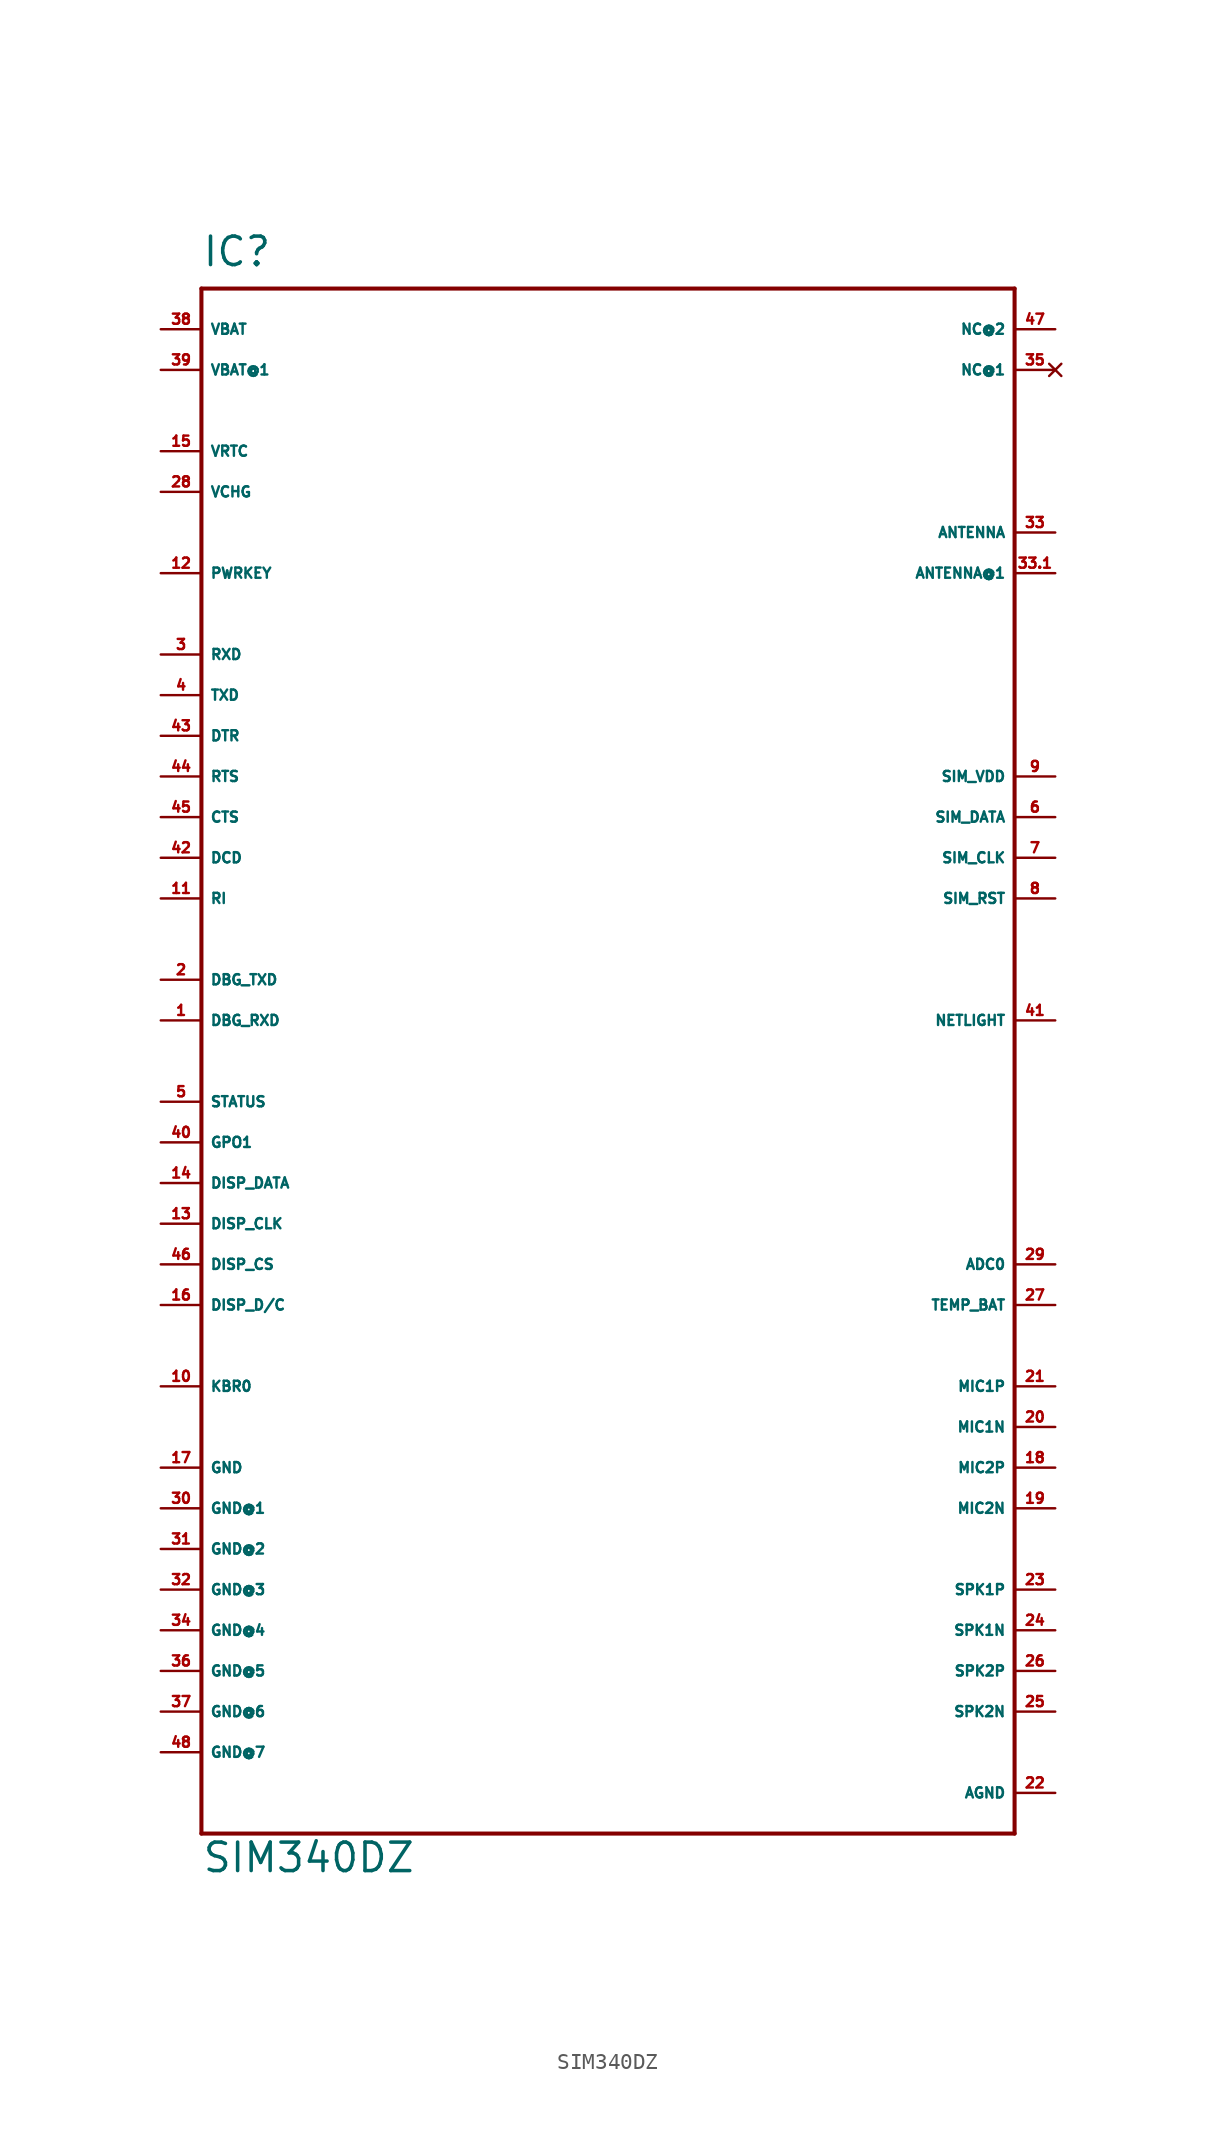
<source format=kicad_sym>
(kicad_symbol_lib
  (version 20220914)
  (generator Eagle2Kicad)
  (symbol "SIM340DZ"
    (property "Reference" "IC"
      (at -25.4 46.99 0)
      (effects (font (size 1.778 1.778) (thickness 0.22)) (justify left bottom)))
    (property "Value" "SIM340DZ"
      (at -25.4 -53.34 0)
      (effects (font (size 1.778 1.778) (thickness 0.22)) (justify left bottom)))
    (polyline
      (pts (xy -25.4 -50.8) (xy 25.4 -50.8))
      (stroke (width 0.254) (type default))
      (fill (type none)))
    (polyline
      (pts (xy 25.4 -50.8) (xy 25.4 45.72))
      (stroke (width 0.254) (type default))
      (fill (type none)))
    (polyline
      (pts (xy 25.4 45.72) (xy -25.4 45.72))
      (stroke (width 0.254) (type default))
      (fill (type none)))
    (polyline
      (pts (xy -25.4 45.72) (xy -25.4 -50.8))
      (stroke (width 0.254) (type default))
      (fill (type none)))
    (pin input line
      (at -27.94 0 0)
      (length 2.54)
      (name "DBG_RXD" (effects (font (size 0.635 0.635) (thickness 0.08)) (justify left bottom)))
      (number "1" (effects (font (size 0.635 0.635) (thickness 0.08)) (justify left bottom))))
    (pin output line
      (at -27.94 2.54 0)
      (length 2.54)
      (name "DBG_TXD" (effects (font (size 0.635 0.635) (thickness 0.08)) (justify left bottom)))
      (number "2" (effects (font (size 0.635 0.635) (thickness 0.08)) (justify left bottom))))
    (pin input line
      (at -27.94 22.86 0)
      (length 2.54)
      (name "RXD" (effects (font (size 0.635 0.635) (thickness 0.08)) (justify left bottom)))
      (number "3" (effects (font (size 0.635 0.635) (thickness 0.08)) (justify left bottom))))
    (pin output line
      (at -27.94 20.32 0)
      (length 2.54)
      (name "TXD" (effects (font (size 0.635 0.635) (thickness 0.08)) (justify left bottom)))
      (number "4" (effects (font (size 0.635 0.635) (thickness 0.08)) (justify left bottom))))
    (pin output line
      (at -27.94 -5.08 0)
      (length 2.54)
      (name "STATUS" (effects (font (size 0.635 0.635) (thickness 0.08)) (justify left bottom)))
      (number "5" (effects (font (size 0.635 0.635) (thickness 0.08)) (justify left bottom))))
    (pin bidirectional line
      (at 27.94 12.7 180)
      (length 2.54)
      (name "SIM_DATA" (effects (font (size 0.635 0.635) (thickness 0.08)) (justify left bottom)))
      (number "6" (effects (font (size 0.635 0.635) (thickness 0.08)) (justify left bottom))))
    (pin output line
      (at 27.94 10.16 180)
      (length 2.54)
      (name "SIM_CLK" (effects (font (size 0.635 0.635) (thickness 0.08)) (justify left bottom)))
      (number "7" (effects (font (size 0.635 0.635) (thickness 0.08)) (justify left bottom))))
    (pin output line
      (at 27.94 7.62 180)
      (length 2.54)
      (name "SIM_RST" (effects (font (size 0.635 0.635) (thickness 0.08)) (justify left bottom)))
      (number "8" (effects (font (size 0.635 0.635) (thickness 0.08)) (justify left bottom))))
    (pin output line
      (at 27.94 15.24 180)
      (length 2.54)
      (name "SIM_VDD" (effects (font (size 0.635 0.635) (thickness 0.08)) (justify left bottom)))
      (number "9" (effects (font (size 0.635 0.635) (thickness 0.08)) (justify left bottom))))
    (pin input line
      (at -27.94 -22.86 0)
      (length 2.54)
      (name "KBR0" (effects (font (size 0.635 0.635) (thickness 0.08)) (justify left bottom)))
      (number "10" (effects (font (size 0.635 0.635) (thickness 0.08)) (justify left bottom))))
    (pin output line
      (at -27.94 7.62 0)
      (length 2.54)
      (name "RI" (effects (font (size 0.635 0.635) (thickness 0.08)) (justify left bottom)))
      (number "11" (effects (font (size 0.635 0.635) (thickness 0.08)) (justify left bottom))))
    (pin input line
      (at -27.94 27.94 0)
      (length 2.54)
      (name "PWRKEY" (effects (font (size 0.635 0.635) (thickness 0.08)) (justify left bottom)))
      (number "12" (effects (font (size 0.635 0.635) (thickness 0.08)) (justify left bottom))))
    (pin input line
      (at -27.94 -12.7 0)
      (length 2.54)
      (name "DISP_CLK" (effects (font (size 0.635 0.635) (thickness 0.08)) (justify left bottom)))
      (number "13" (effects (font (size 0.635 0.635) (thickness 0.08)) (justify left bottom))))
    (pin bidirectional line
      (at -27.94 -10.16 0)
      (length 2.54)
      (name "DISP_DATA" (effects (font (size 0.635 0.635) (thickness 0.08)) (justify left bottom)))
      (number "14" (effects (font (size 0.635 0.635) (thickness 0.08)) (justify left bottom))))
    (pin input line
      (at -27.94 35.56 0)
      (length 2.54)
      (name "VRTC" (effects (font (size 0.635 0.635) (thickness 0.08)) (justify left bottom)))
      (number "15" (effects (font (size 0.635 0.635) (thickness 0.08)) (justify left bottom))))
    (pin output line
      (at -27.94 -17.78 0)
      (length 2.54)
      (name "DISP_D/C" (effects (font (size 0.635 0.635) (thickness 0.08)) (justify left bottom)))
      (number "16" (effects (font (size 0.635 0.635) (thickness 0.08)) (justify left bottom))))
    (pin unspecified line
      (at -27.94 -27.94 0)
      (length 2.54)
      (name "GND" (effects (font (size 0.635 0.635) (thickness 0.08)) (justify left bottom)))
      (number "17" (effects (font (size 0.635 0.635) (thickness 0.08)) (justify left bottom))))
    (pin input line
      (at 27.94 -27.94 180)
      (length 2.54)
      (name "MIC2P" (effects (font (size 0.635 0.635) (thickness 0.08)) (justify left bottom)))
      (number "18" (effects (font (size 0.635 0.635) (thickness 0.08)) (justify left bottom))))
    (pin input line
      (at 27.94 -30.48 180)
      (length 2.54)
      (name "MIC2N" (effects (font (size 0.635 0.635) (thickness 0.08)) (justify left bottom)))
      (number "19" (effects (font (size 0.635 0.635) (thickness 0.08)) (justify left bottom))))
    (pin input line
      (at 27.94 -25.4 180)
      (length 2.54)
      (name "MIC1N" (effects (font (size 0.635 0.635) (thickness 0.08)) (justify left bottom)))
      (number "20" (effects (font (size 0.635 0.635) (thickness 0.08)) (justify left bottom))))
    (pin input line
      (at 27.94 -22.86 180)
      (length 2.54)
      (name "MIC1P" (effects (font (size 0.635 0.635) (thickness 0.08)) (justify left bottom)))
      (number "21" (effects (font (size 0.635 0.635) (thickness 0.08)) (justify left bottom))))
    (pin unspecified line
      (at 27.94 -48.26 180)
      (length 2.54)
      (name "AGND" (effects (font (size 0.635 0.635) (thickness 0.08)) (justify left bottom)))
      (number "22" (effects (font (size 0.635 0.635) (thickness 0.08)) (justify left bottom))))
    (pin output line
      (at 27.94 -35.56 180)
      (length 2.54)
      (name "SPK1P" (effects (font (size 0.635 0.635) (thickness 0.08)) (justify left bottom)))
      (number "23" (effects (font (size 0.635 0.635) (thickness 0.08)) (justify left bottom))))
    (pin output line
      (at 27.94 -38.1 180)
      (length 2.54)
      (name "SPK1N" (effects (font (size 0.635 0.635) (thickness 0.08)) (justify left bottom)))
      (number "24" (effects (font (size 0.635 0.635) (thickness 0.08)) (justify left bottom))))
    (pin output line
      (at 27.94 -43.18 180)
      (length 2.54)
      (name "SPK2N" (effects (font (size 0.635 0.635) (thickness 0.08)) (justify left bottom)))
      (number "25" (effects (font (size 0.635 0.635) (thickness 0.08)) (justify left bottom))))
    (pin output line
      (at 27.94 -40.64 180)
      (length 2.54)
      (name "SPK2P" (effects (font (size 0.635 0.635) (thickness 0.08)) (justify left bottom)))
      (number "26" (effects (font (size 0.635 0.635) (thickness 0.08)) (justify left bottom))))
    (pin input line
      (at 27.94 -17.78 180)
      (length 2.54)
      (name "TEMP_BAT" (effects (font (size 0.635 0.635) (thickness 0.08)) (justify left bottom)))
      (number "27" (effects (font (size 0.635 0.635) (thickness 0.08)) (justify left bottom))))
    (pin input line
      (at -27.94 33.02 0)
      (length 2.54)
      (name "VCHG" (effects (font (size 0.635 0.635) (thickness 0.08)) (justify left bottom)))
      (number "28" (effects (font (size 0.635 0.635) (thickness 0.08)) (justify left bottom))))
    (pin input line
      (at 27.94 -15.24 180)
      (length 2.54)
      (name "ADC0" (effects (font (size 0.635 0.635) (thickness 0.08)) (justify left bottom)))
      (number "29" (effects (font (size 0.635 0.635) (thickness 0.08)) (justify left bottom))))
    (pin unspecified line
      (at -27.94 -30.48 0)
      (length 2.54)
      (name "GND@1" (effects (font (size 0.635 0.635) (thickness 0.08)) (justify left bottom)))
      (number "30" (effects (font (size 0.635 0.635) (thickness 0.08)) (justify left bottom))))
    (pin unspecified line
      (at -27.94 -33.02 0)
      (length 2.54)
      (name "GND@2" (effects (font (size 0.635 0.635) (thickness 0.08)) (justify left bottom)))
      (number "31" (effects (font (size 0.635 0.635) (thickness 0.08)) (justify left bottom))))
    (pin unspecified line
      (at -27.94 -35.56 0)
      (length 2.54)
      (name "GND@3" (effects (font (size 0.635 0.635) (thickness 0.08)) (justify left bottom)))
      (number "32" (effects (font (size 0.635 0.635) (thickness 0.08)) (justify left bottom))))
    (pin input line
      (at 27.94 30.48 180)
      (length 2.54)
      (name "ANTENNA" (effects (font (size 0.635 0.635) (thickness 0.08)) (justify left bottom)))
      (number "33" (effects (font (size 0.635 0.635) (thickness 0.08)) (justify left bottom))))
    (pin unspecified line
      (at -27.94 -38.1 0)
      (length 2.54)
      (name "GND@4" (effects (font (size 0.635 0.635) (thickness 0.08)) (justify left bottom)))
      (number "34" (effects (font (size 0.635 0.635) (thickness 0.08)) (justify left bottom))))
    (pin no_connect line
      (at 27.94 40.64 180)
      (length 2.54)
      (name "NC@1" (effects (font (size 0.635 0.635) (thickness 0.08)) (justify left bottom) hide))
      (number "35" (effects (font (size 0.635 0.635) (thickness 0.08)) (justify left bottom) hide)))
    (pin unspecified line
      (at -27.94 -40.64 0)
      (length 2.54)
      (name "GND@5" (effects (font (size 0.635 0.635) (thickness 0.08)) (justify left bottom)))
      (number "36" (effects (font (size 0.635 0.635) (thickness 0.08)) (justify left bottom))))
    (pin unspecified line
      (at -27.94 -43.18 0)
      (length 2.54)
      (name "GND@6" (effects (font (size 0.635 0.635) (thickness 0.08)) (justify left bottom)))
      (number "37" (effects (font (size 0.635 0.635) (thickness 0.08)) (justify left bottom))))
    (pin input line
      (at -27.94 43.18 0)
      (length 2.54)
      (name "VBAT" (effects (font (size 0.635 0.635) (thickness 0.08)) (justify left bottom)))
      (number "38" (effects (font (size 0.635 0.635) (thickness 0.08)) (justify left bottom))))
    (pin input line
      (at -27.94 40.64 0)
      (length 2.54)
      (name "VBAT@1" (effects (font (size 0.635 0.635) (thickness 0.08)) (justify left bottom)))
      (number "39" (effects (font (size 0.635 0.635) (thickness 0.08)) (justify left bottom))))
    (pin output line
      (at -27.94 -7.62 0)
      (length 2.54)
      (name "GPO1" (effects (font (size 0.635 0.635) (thickness 0.08)) (justify left bottom)))
      (number "40" (effects (font (size 0.635 0.635) (thickness 0.08)) (justify left bottom))))
    (pin input line
      (at 27.94 0 180)
      (length 2.54)
      (name "NETLIGHT" (effects (font (size 0.635 0.635) (thickness 0.08)) (justify left bottom)))
      (number "41" (effects (font (size 0.635 0.635) (thickness 0.08)) (justify left bottom))))
    (pin input line
      (at -27.94 10.16 0)
      (length 2.54)
      (name "DCD" (effects (font (size 0.635 0.635) (thickness 0.08)) (justify left bottom)))
      (number "42" (effects (font (size 0.635 0.635) (thickness 0.08)) (justify left bottom))))
    (pin input line
      (at -27.94 17.78 0)
      (length 2.54)
      (name "DTR" (effects (font (size 0.635 0.635) (thickness 0.08)) (justify left bottom)))
      (number "43" (effects (font (size 0.635 0.635) (thickness 0.08)) (justify left bottom))))
    (pin input line
      (at -27.94 15.24 0)
      (length 2.54)
      (name "RTS" (effects (font (size 0.635 0.635) (thickness 0.08)) (justify left bottom)))
      (number "44" (effects (font (size 0.635 0.635) (thickness 0.08)) (justify left bottom))))
    (pin output line
      (at -27.94 12.7 0)
      (length 2.54)
      (name "CTS" (effects (font (size 0.635 0.635) (thickness 0.08)) (justify left bottom)))
      (number "45" (effects (font (size 0.635 0.635) (thickness 0.08)) (justify left bottom))))
    (pin output line
      (at -27.94 -15.24 0)
      (length 2.54)
      (name "DISP_CS" (effects (font (size 0.635 0.635) (thickness 0.08)) (justify left bottom)))
      (number "46" (effects (font (size 0.635 0.635) (thickness 0.08)) (justify left bottom))))
    (pin input line
      (at 27.94 43.18 180)
      (length 2.54)
      (name "NC@2" (effects (font (size 0.635 0.635) (thickness 0.08)) (justify left bottom)))
      (number "47" (effects (font (size 0.635 0.635) (thickness 0.08)) (justify left bottom))))
    (pin input line
      (at -27.94 -45.72 0)
      (length 2.54)
      (name "GND@7" (effects (font (size 0.635 0.635) (thickness 0.08)) (justify left bottom)))
      (number "48" (effects (font (size 0.635 0.635) (thickness 0.08)) (justify left bottom))))
    (pin input line
      (at 27.94 27.94 180)
      (length 2.54)
      (name "ANTENNA@1" (effects (font (size 0.635 0.635) (thickness 0.08)) (justify left bottom)))
      (number "33.1" (effects (font (size 0.635 0.635) (thickness 0.08)) (justify left bottom))))))
</source>
